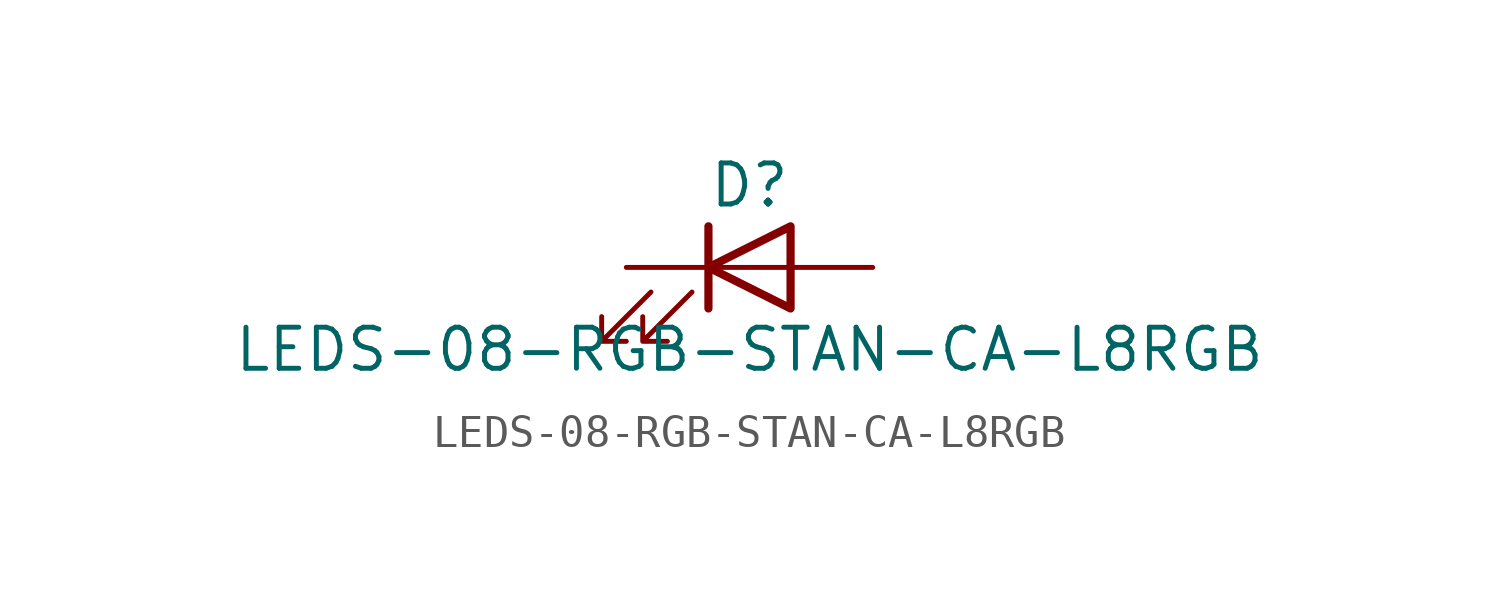
<source format=kicad_sym>
(kicad_symbol_lib
  (version 20211014)
  (generator kicad_symbol_editor)
  (symbol "LEDS-08-RGB-STAN-CA-L8RGB"
    (pin_numbers hide)
    (pin_names
      (offset 1.016) hide)
    (property "Reference" "D"
      (at 0 2.54 0)
      (effects (font (size 1.27 1.27))))
    (property "Value" "LEDS-08-RGB-STAN-CA-L8RGB"
      (at 0 -2.54 0)
      (effects (font (size 1.27 1.27))))
    (symbol "LEDS-08-RGB-STAN-CA-L8RGB_0_1"
      (polyline (pts (xy -1.27 -1.27) (xy -1.27 1.27)) (stroke (width 0.254) (type default) (color 0 0 0 0)) (fill (type none)))
      (polyline (pts (xy -1.27 0) (xy 1.27 0)) (stroke (width 0) (type default) (color 0 0 0 0)) (fill (type none)))
      (polyline (pts (xy 1.27 -1.27) (xy 1.27 1.27) (xy -1.27 0) (xy 1.27 -1.27)) (stroke (width 0.254) (type default) (color 0 0 0 0)) (fill (type none)))
      (polyline (pts (xy -3.048 -0.762) (xy -4.572 -2.286) (xy -3.81 -2.286) (xy -4.572 -2.286) (xy -4.572 -1.524)) (stroke (width 0) (type default) (color 0 0 0 0)) (fill (type none)))
      (polyline (pts (xy -1.778 -0.762) (xy -3.302 -2.286) (xy -2.54 -2.286) (xy -3.302 -2.286) (xy -3.302 -1.524)) (stroke (width 0) (type default) (color 0 0 0 0)) (fill (type none))))
    (symbol "LEDS-08-RGB-STAN-CA-L8RGB_1_1"
      (pin passive line (at -3.81 0 0) (length 2.54) (name "K" (effects (font (size 1.27 1.27)))) (number "1" (effects (font (size 1.27 1.27)))))
      (pin passive line (at 3.81 0 180) (length 2.54) (name "A" (effects (font (size 1.27 1.27)))) (number "2" (effects (font (size 1.27 1.27))))))))
</source>
